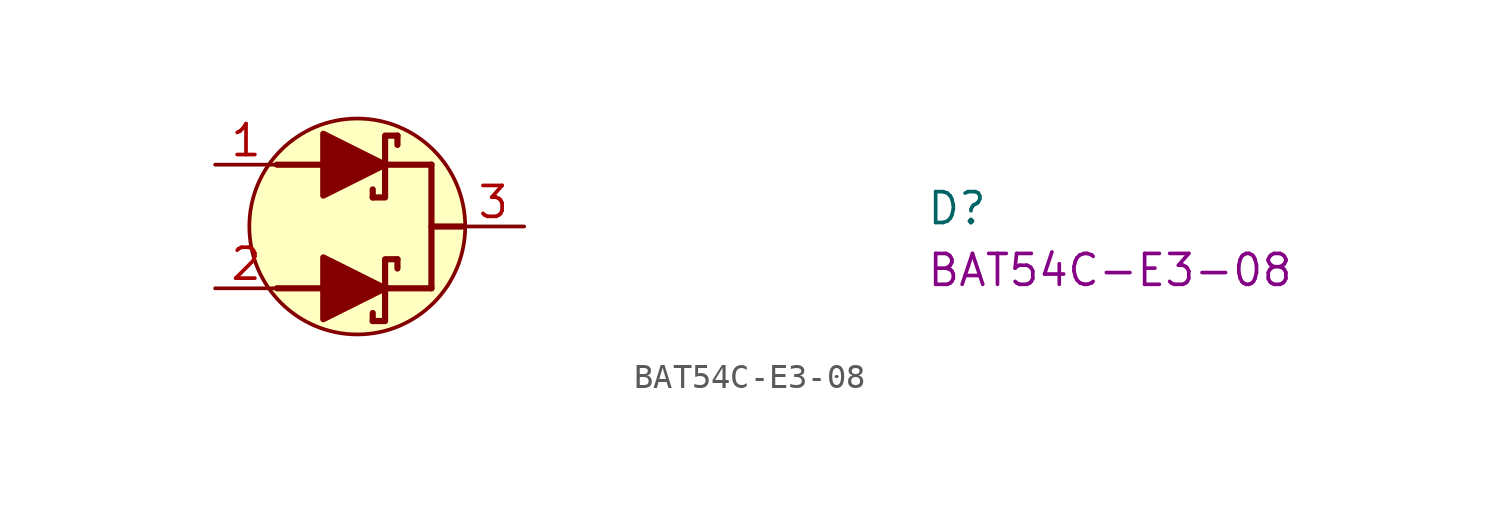
<source format=kicad_sym>
(kicad_symbol_lib
  (version 20220914)
  (generator kicad_symbol_editor)
  (symbol "BAT54C-E3-08"
    (pin_names hide)
    (property "Reference" "D"
      (at 29.21 -2.54 0)
      (effects (font (size 1.27 1.27) (thickness 0.15)) (justify left bottom)))
    (property "MPN" "BAT54C-E3-08"
      (at 29.21 -5.08 0)
      (effects (font (size 1.27 1.27) (thickness 0.15)) (justify left bottom)))
    (symbol "BAT54C-E3-08_0_1"
      (circle (center 5.842 -2.54) (radius 4.436) (stroke (width 0) (type default)) (fill (type background))))
    (symbol "BAT54C-E3-08_1_1"
      (polyline (pts (xy 2.54 0) (xy 8.89 0)) (stroke (width 0.254) (type default)) (fill (type none)))
      (polyline (pts (xy 6.477 -6.096) (xy 6.477 -6.426)) (stroke (width 0.254) (type default)) (fill (type none)))
      (polyline (pts (xy 6.477 -1.016) (xy 6.477 -1.346)) (stroke (width 0.254) (type default)) (fill (type none)))
      (polyline (pts (xy 7.493 -3.886) (xy 7.493 -4.267)) (stroke (width 0.254) (type default)) (fill (type none)))
      (polyline (pts (xy 7.493 1.194) (xy 7.493 0.813)) (stroke (width 0.254) (type default)) (fill (type none)))
      (polyline (pts (xy 8.89 -5.08) (xy 2.54 -5.08)) (stroke (width 0.254) (type default)) (fill (type none)))
      (polyline (pts (xy 8.89 -2.54) (xy 10.16 -2.54)) (stroke (width 0.254) (type default)) (fill (type none)))
      (polyline (pts (xy 8.89 0) (xy 8.89 -5.08)) (stroke (width 0.254) (type default)) (fill (type none)))
      (polyline (pts (xy 4.445 -3.81) (xy 4.445 -6.35) (xy 6.985 -5.08) (xy 4.445 -3.81)) (stroke (width 0.254) (type default)) (fill (type outline)))
      (polyline (pts (xy 4.445 1.27) (xy 4.445 -1.27) (xy 6.985 0) (xy 4.445 1.27)) (stroke (width 0.254) (type default)) (fill (type outline)))
      (polyline (pts (xy 7.493 -3.886) (xy 6.985 -3.886) (xy 6.985 -6.426) (xy 6.477 -6.426)) (stroke (width 0.254) (type default)) (fill (type none)))
      (polyline (pts (xy 7.493 1.194) (xy 6.985 1.194) (xy 6.985 -1.346) (xy 6.477 -1.346)) (stroke (width 0.254) (type default)) (fill (type none)))
      (pin passive line (at 0 0 0) (length 2.54) (name "1" (effects (font (size 1.27 1.27)))) (number "1" (effects (font (size 1.27 1.27)))))
      (pin passive line (at 0 -5.08 0) (length 2.54) (name "2" (effects (font (size 1.27 1.27)))) (number "2" (effects (font (size 1.27 1.27)))))
      (pin passive line (at 12.7 -2.54 180) (length 2.54) (name "3" (effects (font (size 1.27 1.27)))) (number "3" (effects (font (size 1.27 1.27))))))))
</source>
